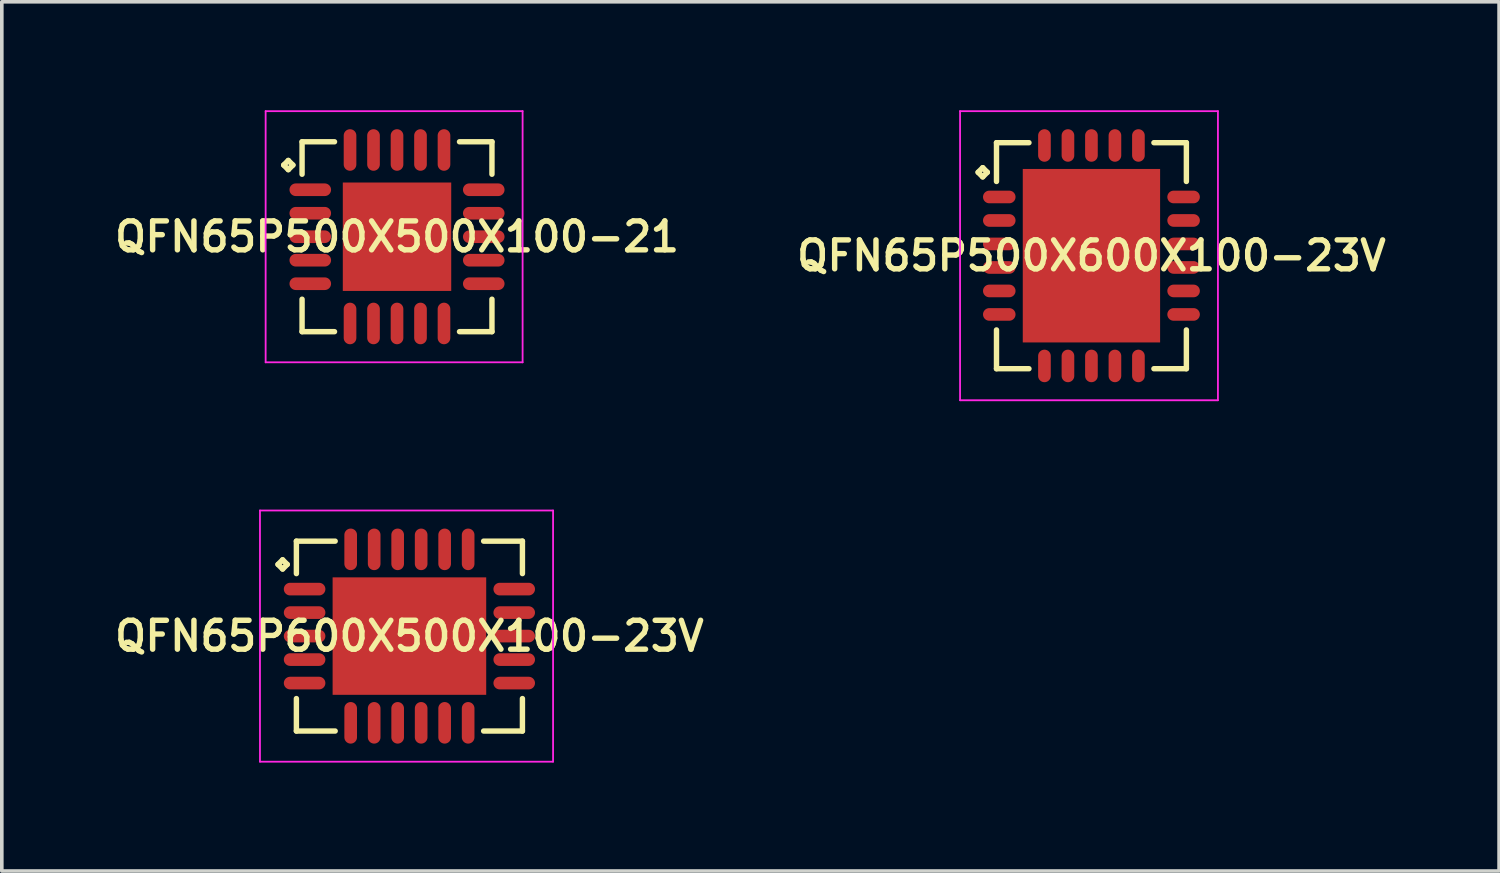
<source format=kicad_pcb>
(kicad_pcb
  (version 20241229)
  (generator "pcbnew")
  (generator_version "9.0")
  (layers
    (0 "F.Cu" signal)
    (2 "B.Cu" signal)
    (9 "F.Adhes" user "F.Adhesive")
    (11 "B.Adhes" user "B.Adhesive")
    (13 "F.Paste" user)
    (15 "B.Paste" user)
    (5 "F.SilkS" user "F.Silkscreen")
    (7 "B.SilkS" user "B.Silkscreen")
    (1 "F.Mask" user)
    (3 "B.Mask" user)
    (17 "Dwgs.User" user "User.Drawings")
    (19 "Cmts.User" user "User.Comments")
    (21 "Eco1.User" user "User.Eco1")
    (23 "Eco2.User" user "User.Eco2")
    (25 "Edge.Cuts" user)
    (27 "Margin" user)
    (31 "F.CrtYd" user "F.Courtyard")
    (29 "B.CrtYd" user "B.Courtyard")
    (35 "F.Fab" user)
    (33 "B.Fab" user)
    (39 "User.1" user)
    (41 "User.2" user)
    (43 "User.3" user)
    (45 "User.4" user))
  (footprint "QFN65P500X500X100-21"
    (layer "F.Cu")
    (at 7.935 3.5)
    (property "Reference" "QFN65P500X500X100-21" (at 0 0 0) (layer "F.SilkS") (effects (font (size 0.8 0.8) (thickness 0.15))))
    (attr smd)
    (fp_line (start -3.135 -1.983) (end -3.008 -2.11) (stroke (width 0.15) (type solid)) (layer "F.SilkS"))
    (fp_line (start -3.008 -2.11) (end -2.881 -1.983) (stroke (width 0.15) (type solid)) (layer "F.SilkS"))
    (fp_line (start -3.008 -1.856) (end -3.135 -1.983) (stroke (width 0.15) (type solid)) (layer "F.SilkS"))
    (fp_line (start -2.881 -1.983) (end -3.008 -1.856) (stroke (width 0.15) (type solid)) (layer "F.SilkS"))
    (fp_line (start -2.627 -2.627) (end -1.729 -2.627) (stroke (width 0.15) (type solid)) (layer "F.SilkS"))
    (fp_line (start -2.627 -1.729) (end -2.627 -2.627) (stroke (width 0.15) (type solid)) (layer "F.SilkS"))
    (fp_line (start -2.627 1.729) (end -2.627 2.627) (stroke (width 0.15) (type solid)) (layer "F.SilkS"))
    (fp_line (start -2.627 2.627) (end -1.729 2.627) (stroke (width 0.15) (type solid)) (layer "F.SilkS"))
    (fp_line (start 1.729 -2.627) (end 2.627 -2.627) (stroke (width 0.15) (type solid)) (layer "F.SilkS"))
    (fp_line (start 1.729 2.627) (end 2.627 2.627) (stroke (width 0.15) (type solid)) (layer "F.SilkS"))
    (fp_line (start 2.627 -2.627) (end 2.627 -1.729) (stroke (width 0.15) (type solid)) (layer "F.SilkS"))
    (fp_line (start 2.627 2.627) (end 2.627 1.729) (stroke (width 0.15) (type solid)) (layer "F.SilkS"))
    (fp_line (start -3.635 -3.475) (end 3.475 -3.475) (stroke (width 0.05) (type solid)) (layer "F.CrtYd"))
    (fp_line (start -3.635 3.475) (end -3.635 -3.475) (stroke (width 0.05) (type solid)) (layer "F.CrtYd"))
    (fp_line (start 3.475 -3.475) (end 3.475 3.475) (stroke (width 0.05) (type solid)) (layer "F.CrtYd"))
    (fp_line (start 3.475 3.475) (end -3.635 3.475) (stroke (width 0.05) (type solid)) (layer "F.CrtYd"))
    (pad "1" smd oval (at -2.4 -1.3) (size 1.15 0.35) (layers "F.Cu" "F.Mask" "F.Paste"))
    (pad "2" smd oval (at -2.4 -0.65) (size 1.15 0.35) (layers "F.Cu" "F.Mask" "F.Paste"))
    (pad "3" smd oval (at -2.4 0) (size 1.15 0.35) (layers "F.Cu" "F.Mask" "F.Paste"))
    (pad "4" smd oval (at -2.4 0.65) (size 1.15 0.35) (layers "F.Cu" "F.Mask" "F.Paste"))
    (pad "5" smd oval (at -2.4 1.3) (size 1.15 0.35) (layers "F.Cu" "F.Mask" "F.Paste"))
    (pad "6" smd oval (at -1.3 2.4) (size 0.35 1.15) (layers "F.Cu" "F.Mask" "F.Paste"))
    (pad "7" smd oval (at -0.65 2.4) (size 0.35 1.15) (layers "F.Cu" "F.Mask" "F.Paste"))
    (pad "8" smd oval (at 0 2.4) (size 0.35 1.15) (layers "F.Cu" "F.Mask" "F.Paste"))
    (pad "9" smd oval (at 0.65 2.4) (size 0.35 1.15) (layers "F.Cu" "F.Mask" "F.Paste"))
    (pad "10" smd oval (at 1.3 2.4) (size 0.35 1.15) (layers "F.Cu" "F.Mask" "F.Paste"))
    (pad "11" smd oval (at 2.4 1.3) (size 1.15 0.35) (layers "F.Cu" "F.Mask" "F.Paste"))
    (pad "12" smd oval (at 2.4 0.65) (size 1.15 0.35) (layers "F.Cu" "F.Mask" "F.Paste"))
    (pad "13" smd oval (at 2.4 0) (size 1.15 0.35) (layers "F.Cu" "F.Mask" "F.Paste"))
    (pad "14" smd oval (at 2.4 -0.65) (size 1.15 0.35) (layers "F.Cu" "F.Mask" "F.Paste"))
    (pad "15" smd oval (at 2.4 -1.3) (size 1.15 0.35) (layers "F.Cu" "F.Mask" "F.Paste"))
    (pad "16" smd oval (at 1.3 -2.4) (size 0.35 1.15) (layers "F.Cu" "F.Mask" "F.Paste"))
    (pad "17" smd oval (at 0.65 -2.4) (size 0.35 1.15) (layers "F.Cu" "F.Mask" "F.Paste"))
    (pad "18" smd oval (at 0 -2.4) (size 0.35 1.15) (layers "F.Cu" "F.Mask" "F.Paste"))
    (pad "19" smd oval (at -0.65 -2.4) (size 0.35 1.15) (layers "F.Cu" "F.Mask" "F.Paste"))
    (pad "20" smd oval (at -1.3 -2.4) (size 0.35 1.15) (layers "F.Cu" "F.Mask" "F.Paste"))
    (pad "21" smd rect (at 0 0) (size 3 3) (layers "F.Cu" "F.Mask" "F.Paste")))
  (footprint "QFN65P600X500X100-23V"
    (layer "F.Cu")
    (at 8.278 14.55)
    (property "Reference" "QFN65P600X500X100-23V" (at 0 0 0) (layer "F.SilkS") (effects (font (size 0.8 0.8) (thickness 0.15))))
    (attr smd)
    (fp_line (start -3.635 -1.983) (end -3.508 -2.11) (stroke (width 0.15) (type solid)) (layer "F.SilkS"))
    (fp_line (start -3.508 -2.11) (end -3.381 -1.983) (stroke (width 0.15) (type solid)) (layer "F.SilkS"))
    (fp_line (start -3.508 -1.856) (end -3.635 -1.983) (stroke (width 0.15) (type solid)) (layer "F.SilkS"))
    (fp_line (start -3.381 -1.983) (end -3.508 -1.856) (stroke (width 0.15) (type solid)) (layer "F.SilkS"))
    (fp_line (start -3.127 -2.627) (end -2.054 -2.627) (stroke (width 0.15) (type solid)) (layer "F.SilkS"))
    (fp_line (start -3.127 -1.729) (end -3.127 -2.627) (stroke (width 0.15) (type solid)) (layer "F.SilkS"))
    (fp_line (start -3.127 1.729) (end -3.127 2.627) (stroke (width 0.15) (type solid)) (layer "F.SilkS"))
    (fp_line (start -3.127 2.627) (end -2.054 2.627) (stroke (width 0.15) (type solid)) (layer "F.SilkS"))
    (fp_line (start 2.054 -2.627) (end 3.127 -2.627) (stroke (width 0.15) (type solid)) (layer "F.SilkS"))
    (fp_line (start 2.054 2.627) (end 3.127 2.627) (stroke (width 0.15) (type solid)) (layer "F.SilkS"))
    (fp_line (start 3.127 -2.627) (end 3.127 -1.729) (stroke (width 0.15) (type solid)) (layer "F.SilkS"))
    (fp_line (start 3.127 2.627) (end 3.127 1.729) (stroke (width 0.15) (type solid)) (layer "F.SilkS"))
    (fp_line (start -4.135 -3.475) (end 3.975 -3.475) (stroke (width 0.05) (type solid)) (layer "F.CrtYd"))
    (fp_line (start -4.135 3.475) (end -4.135 -3.475) (stroke (width 0.05) (type solid)) (layer "F.CrtYd"))
    (fp_line (start 3.975 -3.475) (end 3.975 3.475) (stroke (width 0.05) (type solid)) (layer "F.CrtYd"))
    (fp_line (start 3.975 3.475) (end -4.135 3.475) (stroke (width 0.05) (type solid)) (layer "F.CrtYd"))
    (pad "1" smd oval (at -2.9 -1.3) (size 1.15 0.35) (layers "F.Cu" "F.Mask" "F.Paste"))
    (pad "2" smd oval (at -2.9 -0.65) (size 1.15 0.35) (layers "F.Cu" "F.Mask" "F.Paste"))
    (pad "3" smd oval (at -2.9 0) (size 1.15 0.35) (layers "F.Cu" "F.Mask" "F.Paste"))
    (pad "4" smd oval (at -2.9 0.65) (size 1.15 0.35) (layers "F.Cu" "F.Mask" "F.Paste"))
    (pad "5" smd oval (at -2.9 1.3) (size 1.15 0.35) (layers "F.Cu" "F.Mask" "F.Paste"))
    (pad "6" smd oval (at -1.625 2.4) (size 0.35 1.15) (layers "F.Cu" "F.Mask" "F.Paste"))
    (pad "7" smd oval (at -0.975 2.4) (size 0.35 1.15) (layers "F.Cu" "F.Mask" "F.Paste"))
    (pad "8" smd oval (at -0.325 2.4) (size 0.35 1.15) (layers "F.Cu" "F.Mask" "F.Paste"))
    (pad "9" smd oval (at 0.325 2.4) (size 0.35 1.15) (layers "F.Cu" "F.Mask" "F.Paste"))
    (pad "10" smd oval (at 0.975 2.4) (size 0.35 1.15) (layers "F.Cu" "F.Mask" "F.Paste"))
    (pad "11" smd oval (at 1.625 2.4) (size 0.35 1.15) (layers "F.Cu" "F.Mask" "F.Paste"))
    (pad "12" smd oval (at 2.9 1.3) (size 1.15 0.35) (layers "F.Cu" "F.Mask" "F.Paste"))
    (pad "13" smd oval (at 2.9 0.65) (size 1.15 0.35) (layers "F.Cu" "F.Mask" "F.Paste"))
    (pad "14" smd oval (at 2.9 0) (size 1.15 0.35) (layers "F.Cu" "F.Mask" "F.Paste"))
    (pad "15" smd oval (at 2.9 -0.65) (size 1.15 0.35) (layers "F.Cu" "F.Mask" "F.Paste"))
    (pad "16" smd oval (at 2.9 -1.3) (size 1.15 0.35) (layers "F.Cu" "F.Mask" "F.Paste"))
    (pad "17" smd oval (at 1.625 -2.4) (size 0.35 1.15) (layers "F.Cu" "F.Mask" "F.Paste"))
    (pad "18" smd oval (at 0.975 -2.4) (size 0.35 1.15) (layers "F.Cu" "F.Mask" "F.Paste"))
    (pad "19" smd oval (at 0.325 -2.4) (size 0.35 1.15) (layers "F.Cu" "F.Mask" "F.Paste"))
    (pad "20" smd oval (at -0.325 -2.4) (size 0.35 1.15) (layers "F.Cu" "F.Mask" "F.Paste"))
    (pad "21" smd oval (at -0.975 -2.4) (size 0.35 1.15) (layers "F.Cu" "F.Mask" "F.Paste"))
    (pad "22" smd oval (at -1.625 -2.4) (size 0.35 1.15) (layers "F.Cu" "F.Mask" "F.Paste"))
    (pad "23" smd rect (at 0 0) (size 4.25 3.25) (layers "F.Cu" "F.Mask" "F.Paste")))
  (footprint "QFN65P500X600X100-23V"
    (layer "F.Cu")
    (at 27.149 4.025)
    (property "Reference" "QFN65P500X600X100-23V" (at 0 0 0) (layer "F.SilkS") (effects (font (size 0.8 0.8) (thickness 0.15))))
    (attr smd)
    (fp_line (start -3.135 -2.308) (end -3.008 -2.435) (stroke (width 0.15) (type solid)) (layer "F.SilkS"))
    (fp_line (start -3.008 -2.435) (end -2.881 -2.308) (stroke (width 0.15) (type solid)) (layer "F.SilkS"))
    (fp_line (start -3.008 -2.181) (end -3.135 -2.308) (stroke (width 0.15) (type solid)) (layer "F.SilkS"))
    (fp_line (start -2.881 -2.308) (end -3.008 -2.181) (stroke (width 0.15) (type solid)) (layer "F.SilkS"))
    (fp_line (start -2.627 -3.127) (end -1.729 -3.127) (stroke (width 0.15) (type solid)) (layer "F.SilkS"))
    (fp_line (start -2.627 -2.054) (end -2.627 -3.127) (stroke (width 0.15) (type solid)) (layer "F.SilkS"))
    (fp_line (start -2.627 2.054) (end -2.627 3.127) (stroke (width 0.15) (type solid)) (layer "F.SilkS"))
    (fp_line (start -2.627 3.127) (end -1.729 3.127) (stroke (width 0.15) (type solid)) (layer "F.SilkS"))
    (fp_line (start 1.729 -3.127) (end 2.627 -3.127) (stroke (width 0.15) (type solid)) (layer "F.SilkS"))
    (fp_line (start 1.729 3.127) (end 2.627 3.127) (stroke (width 0.15) (type solid)) (layer "F.SilkS"))
    (fp_line (start 2.627 -3.127) (end 2.627 -2.054) (stroke (width 0.15) (type solid)) (layer "F.SilkS"))
    (fp_line (start 2.627 3.127) (end 2.627 2.054) (stroke (width 0.15) (type solid)) (layer "F.SilkS"))
    (fp_line (start -3.635 -4) (end 3.5 -4) (stroke (width 0.05) (type solid)) (layer "F.CrtYd"))
    (fp_line (start -3.635 4) (end -3.635 -4) (stroke (width 0.05) (type solid)) (layer "F.CrtYd"))
    (fp_line (start 3.5 -4) (end 3.5 4) (stroke (width 0.05) (type solid)) (layer "F.CrtYd"))
    (fp_line (start 3.5 4) (end -3.635 4) (stroke (width 0.05) (type solid)) (layer "F.CrtYd"))
    (pad "1" smd oval (at -2.55 -1.625) (size 0.9 0.35) (layers "F.Cu" "F.Mask" "F.Paste"))
    (pad "2" smd oval (at -2.55 -0.975) (size 0.9 0.35) (layers "F.Cu" "F.Mask" "F.Paste"))
    (pad "3" smd oval (at -2.55 -0.325) (size 0.9 0.35) (layers "F.Cu" "F.Mask" "F.Paste"))
    (pad "4" smd oval (at -2.55 0.325) (size 0.9 0.35) (layers "F.Cu" "F.Mask" "F.Paste"))
    (pad "5" smd oval (at -2.55 0.975) (size 0.9 0.35) (layers "F.Cu" "F.Mask" "F.Paste"))
    (pad "6" smd oval (at -2.55 1.625) (size 0.9 0.35) (layers "F.Cu" "F.Mask" "F.Paste"))
    (pad "7" smd oval (at -1.3 3.05) (size 0.35 0.9) (layers "F.Cu" "F.Mask" "F.Paste"))
    (pad "8" smd oval (at -0.65 3.05) (size 0.35 0.9) (layers "F.Cu" "F.Mask" "F.Paste"))
    (pad "9" smd oval (at 0 3.05) (size 0.35 0.9) (layers "F.Cu" "F.Mask" "F.Paste"))
    (pad "10" smd oval (at 0.65 3.05) (size 0.35 0.9) (layers "F.Cu" "F.Mask" "F.Paste"))
    (pad "11" smd oval (at 1.3 3.05) (size 0.35 0.9) (layers "F.Cu" "F.Mask" "F.Paste"))
    (pad "12" smd oval (at 2.55 1.625) (size 0.9 0.35) (layers "F.Cu" "F.Mask" "F.Paste"))
    (pad "13" smd oval (at 2.55 0.975) (size 0.9 0.35) (layers "F.Cu" "F.Mask" "F.Paste"))
    (pad "14" smd oval (at 2.55 0.325) (size 0.9 0.35) (layers "F.Cu" "F.Mask" "F.Paste"))
    (pad "15" smd oval (at 2.55 -0.325) (size 0.9 0.35) (layers "F.Cu" "F.Mask" "F.Paste"))
    (pad "16" smd oval (at 2.55 -0.975) (size 0.9 0.35) (layers "F.Cu" "F.Mask" "F.Paste"))
    (pad "17" smd oval (at 2.55 -1.625) (size 0.9 0.35) (layers "F.Cu" "F.Mask" "F.Paste"))
    (pad "18" smd oval (at 1.3 -3.05) (size 0.35 0.9) (layers "F.Cu" "F.Mask" "F.Paste"))
    (pad "19" smd oval (at 0.65 -3.05) (size 0.35 0.9) (layers "F.Cu" "F.Mask" "F.Paste"))
    (pad "20" smd oval (at 0 -3.05) (size 0.35 0.9) (layers "F.Cu" "F.Mask" "F.Paste"))
    (pad "21" smd oval (at -0.65 -3.05) (size 0.35 0.9) (layers "F.Cu" "F.Mask" "F.Paste"))
    (pad "22" smd oval (at -1.3 -3.05) (size 0.35 0.9) (layers "F.Cu" "F.Mask" "F.Paste"))
    (pad "23" smd rect (at 0 0) (size 3.8 4.8) (layers "F.Cu" "F.Mask" "F.Paste")))
  (gr_rect
    (start -3 -3)
    (end 38.428 21.05)
    (stroke (width 0.1) (type default))
    (fill no)
    (layer "Edge.Cuts")))
</source>
